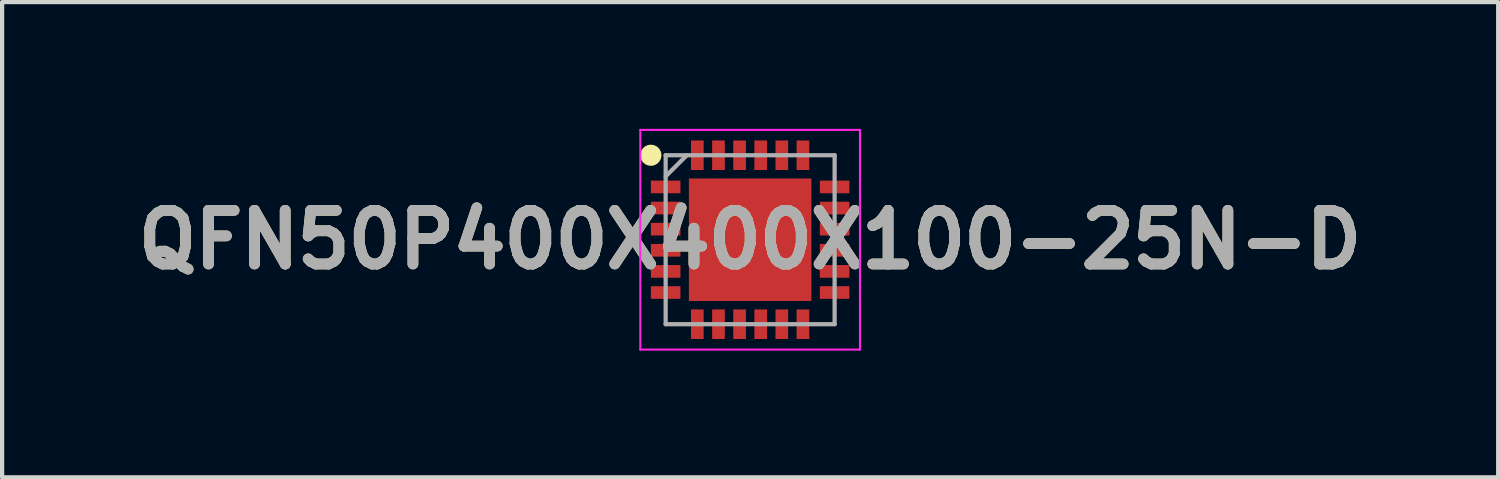
<source format=kicad_pcb>
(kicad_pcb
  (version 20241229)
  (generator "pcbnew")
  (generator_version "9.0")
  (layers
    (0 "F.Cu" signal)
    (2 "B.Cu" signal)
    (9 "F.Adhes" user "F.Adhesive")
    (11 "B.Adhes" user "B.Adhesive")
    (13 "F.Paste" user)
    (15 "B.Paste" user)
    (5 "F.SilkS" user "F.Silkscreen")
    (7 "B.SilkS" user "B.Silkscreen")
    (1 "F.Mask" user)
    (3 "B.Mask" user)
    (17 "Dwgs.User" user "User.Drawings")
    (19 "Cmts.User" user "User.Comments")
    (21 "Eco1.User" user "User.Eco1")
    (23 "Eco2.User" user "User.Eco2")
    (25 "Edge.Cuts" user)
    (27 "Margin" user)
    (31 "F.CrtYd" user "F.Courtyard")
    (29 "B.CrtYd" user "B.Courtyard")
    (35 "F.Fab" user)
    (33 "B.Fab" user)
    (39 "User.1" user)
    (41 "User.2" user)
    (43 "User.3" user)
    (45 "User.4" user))
  (footprint "QFN50P400X400X100-25N-D"
    (layer "F.Cu")
    (at 14.708 2.625)
    (property "Reference" "QFN50P400X400X100-25N-D" (at 0 0 0) (layer "F.SilkS") (effects (font (size 1.27 1.27) (thickness 0.254))))
    (attr smd)
    (fp_circle (center -2.35 -2) (end -2.35 -1.875) (stroke (width 0.25) (type solid)) (fill no) (layer "F.SilkS"))
    (fp_line (start -2.6 -2.6) (end 2.6 -2.6) (stroke (width 0.05) (type solid)) (layer "F.CrtYd"))
    (fp_line (start -2.6 2.6) (end -2.6 -2.6) (stroke (width 0.05) (type solid)) (layer "F.CrtYd"))
    (fp_line (start 2.6 -2.6) (end 2.6 2.6) (stroke (width 0.05) (type solid)) (layer "F.CrtYd"))
    (fp_line (start 2.6 2.6) (end -2.6 2.6) (stroke (width 0.05) (type solid)) (layer "F.CrtYd"))
    (fp_line (start -2 -2) (end 2 -2) (stroke (width 0.1) (type solid)) (layer "F.Fab"))
    (fp_line (start -2 -1.5) (end -1.5 -2) (stroke (width 0.1) (type solid)) (layer "F.Fab"))
    (fp_line (start -2 2) (end -2 -2) (stroke (width 0.1) (type solid)) (layer "F.Fab"))
    (fp_line (start 2 -2) (end 2 2) (stroke (width 0.1) (type solid)) (layer "F.Fab"))
    (fp_line (start 2 2) (end -2 2) (stroke (width 0.1) (type solid)) (layer "F.Fab"))
    (fp_text user "${REFERENCE}" (at 0 0 0) (layer "F.Fab") (effects (font (size 1.27 1.27) (thickness 0.254))))
    (pad "1" smd rect (at -2 -1.25 90) (size 0.3 0.7) (layers "F.Cu" "F.Mask" "F.Paste"))
    (pad "2" smd rect (at -2 -0.75 90) (size 0.3 0.7) (layers "F.Cu" "F.Mask" "F.Paste"))
    (pad "3" smd rect (at -2 -0.25 90) (size 0.3 0.7) (layers "F.Cu" "F.Mask" "F.Paste"))
    (pad "4" smd rect (at -2 0.25 90) (size 0.3 0.7) (layers "F.Cu" "F.Mask" "F.Paste"))
    (pad "5" smd rect (at -2 0.75 90) (size 0.3 0.7) (layers "F.Cu" "F.Mask" "F.Paste"))
    (pad "6" smd rect (at -2 1.25 90) (size 0.3 0.7) (layers "F.Cu" "F.Mask" "F.Paste"))
    (pad "7" smd rect (at -1.25 2) (size 0.3 0.7) (layers "F.Cu" "F.Mask" "F.Paste"))
    (pad "8" smd rect (at -0.75 2) (size 0.3 0.7) (layers "F.Cu" "F.Mask" "F.Paste"))
    (pad "9" smd rect (at -0.25 2) (size 0.3 0.7) (layers "F.Cu" "F.Mask" "F.Paste"))
    (pad "10" smd rect (at 0.25 2) (size 0.3 0.7) (layers "F.Cu" "F.Mask" "F.Paste"))
    (pad "11" smd rect (at 0.75 2) (size 0.3 0.7) (layers "F.Cu" "F.Mask" "F.Paste"))
    (pad "12" smd rect (at 1.25 2) (size 0.3 0.7) (layers "F.Cu" "F.Mask" "F.Paste"))
    (pad "13" smd rect (at 2 1.25 90) (size 0.3 0.7) (layers "F.Cu" "F.Mask" "F.Paste"))
    (pad "14" smd rect (at 2 0.75 90) (size 0.3 0.7) (layers "F.Cu" "F.Mask" "F.Paste"))
    (pad "15" smd rect (at 2 0.25 90) (size 0.3 0.7) (layers "F.Cu" "F.Mask" "F.Paste"))
    (pad "16" smd rect (at 2 -0.25 90) (size 0.3 0.7) (layers "F.Cu" "F.Mask" "F.Paste"))
    (pad "17" smd rect (at 2 -0.75 90) (size 0.3 0.7) (layers "F.Cu" "F.Mask" "F.Paste"))
    (pad "18" smd rect (at 2 -1.25 90) (size 0.3 0.7) (layers "F.Cu" "F.Mask" "F.Paste"))
    (pad "19" smd rect (at 1.25 -2) (size 0.3 0.7) (layers "F.Cu" "F.Mask" "F.Paste"))
    (pad "20" smd rect (at 0.75 -2) (size 0.3 0.7) (layers "F.Cu" "F.Mask" "F.Paste"))
    (pad "21" smd rect (at 0.25 -2) (size 0.3 0.7) (layers "F.Cu" "F.Mask" "F.Paste"))
    (pad "22" smd rect (at -0.25 -2) (size 0.3 0.7) (layers "F.Cu" "F.Mask" "F.Paste"))
    (pad "23" smd rect (at -0.75 -2) (size 0.3 0.7) (layers "F.Cu" "F.Mask" "F.Paste"))
    (pad "24" smd rect (at -1.25 -2) (size 0.3 0.7) (layers "F.Cu" "F.Mask" "F.Paste"))
    (pad "25" smd rect (at 0 0) (size 2.9 2.9) (layers "F.Cu" "F.Mask" "F.Paste")))
  (gr_rect
    (start -3 -3)
    (end 32.416 8.25)
    (stroke (width 0.1) (type default))
    (fill no)
    (layer "Edge.Cuts")))
</source>
